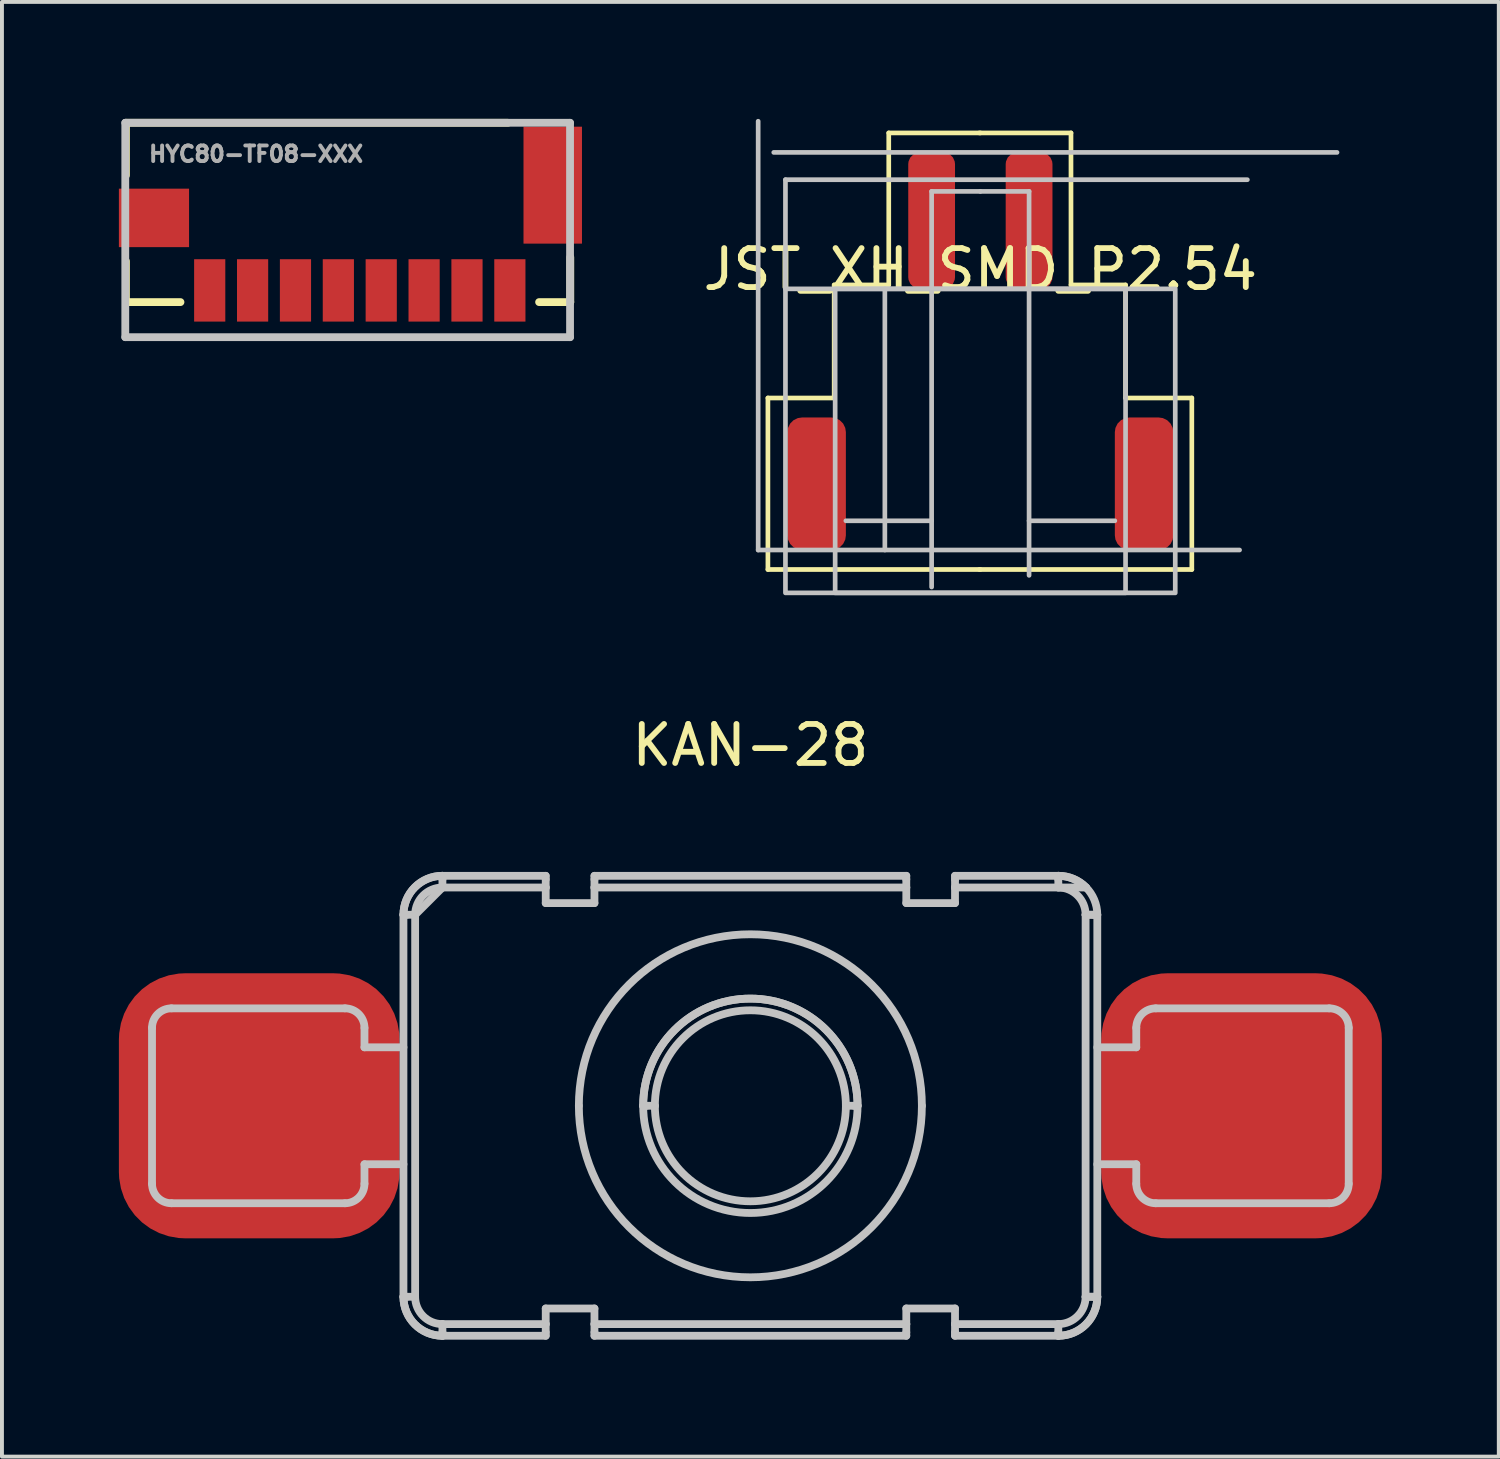
<source format=kicad_pcb>
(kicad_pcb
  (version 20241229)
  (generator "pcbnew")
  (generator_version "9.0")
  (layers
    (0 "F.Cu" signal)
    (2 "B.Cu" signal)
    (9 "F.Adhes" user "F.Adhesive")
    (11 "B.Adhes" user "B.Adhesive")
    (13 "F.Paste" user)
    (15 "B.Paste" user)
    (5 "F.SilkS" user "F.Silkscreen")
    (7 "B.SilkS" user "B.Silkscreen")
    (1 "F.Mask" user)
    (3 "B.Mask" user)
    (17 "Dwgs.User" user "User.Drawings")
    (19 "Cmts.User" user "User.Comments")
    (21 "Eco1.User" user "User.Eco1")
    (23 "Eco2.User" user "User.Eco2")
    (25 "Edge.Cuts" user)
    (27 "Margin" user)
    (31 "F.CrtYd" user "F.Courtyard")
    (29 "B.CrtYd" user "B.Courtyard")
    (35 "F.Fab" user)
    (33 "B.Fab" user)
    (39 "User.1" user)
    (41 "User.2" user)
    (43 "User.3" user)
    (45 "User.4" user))
  (footprint "HYC80-TF08-XXX"
    (layer "F.Cu")
    (at 6.18 5.2)
    (property "Reference" "HYC80-TF08-XXX" (at -5.461 -4.064 0) (unlocked yes) (layer "F.Fab") (effects (font (size 0.4 0.4) (thickness 0.1)) (justify left bottom)))
    (fp_line (start -6 -5.1) (end 3.8 -5.1) (stroke (width 0.2) (type default)) (layer "F.SilkS"))
    (fp_line (start -6 -3.75) (end -6 -5.1) (stroke (width 0.2) (type default)) (layer "F.SilkS"))
    (fp_line (start -6 -0.5) (end -6 -1.55) (stroke (width 0.2) (type default)) (layer "F.SilkS"))
    (fp_line (start -4.6 -0.5) (end -6 -0.5) (stroke (width 0.2) (type default)) (layer "F.SilkS"))
    (fp_line (start 4.6 -0.5) (end 5.4 -0.5) (stroke (width 0.2) (type default)) (layer "F.SilkS"))
    (fp_line (start 5.4 -0.5) (end 5.4 -1.65) (stroke (width 0.2) (type default)) (layer "F.SilkS"))
    (fp_line (start -6.016 -5.1) (end -6.016 0.4) (stroke (width 0.2) (type default)) (layer "Dwgs.User"))
    (fp_line (start -6.016 0.4) (end 5.394 0.4) (stroke (width 0.2) (type default)) (layer "Dwgs.User"))
    (fp_line (start 5.394 -5.1) (end -6.016 -5.1) (stroke (width 0.2) (type default)) (layer "Dwgs.User"))
    (fp_line (start 5.394 0.4) (end 5.394 -5.1) (stroke (width 0.2) (type default)) (layer "Dwgs.User"))
    (pad "1" smd rect (at -3.85 -0.8) (size 0.8 1.6) (layers "F.Cu" "F.Mask" "F.Paste"))
    (pad "2" smd rect (at -2.75 -0.8) (size 0.8 1.6) (layers "F.Cu" "F.Mask" "F.Paste"))
    (pad "3" smd rect (at -1.65 -0.8) (size 0.8 1.6) (layers "F.Cu" "F.Mask" "F.Paste"))
    (pad "4" smd rect (at -0.55 -0.8) (size 0.8 1.6) (layers "F.Cu" "F.Mask" "F.Paste"))
    (pad "5" smd rect (at 0.55 -0.8) (size 0.8 1.6) (layers "F.Cu" "F.Mask" "F.Paste"))
    (pad "6" smd rect (at 1.65 -0.8) (size 0.8 1.6) (layers "F.Cu" "F.Mask" "F.Paste"))
    (pad "7" smd rect (at 2.75 -0.8) (size 0.8 1.6) (layers "F.Cu" "F.Mask" "F.Paste"))
    (pad "8" smd rect (at 3.85 -0.8) (size 0.8 1.6) (layers "F.Cu" "F.Mask" "F.Paste"))
    (pad "9" smd rect (at -5.28 -2.66) (size 1.8 1.5) (layers "F.Cu" "F.Mask" "F.Paste"))
    (pad "10" smd rect (at 4.95 -3.5) (size 1.5 3) (layers "F.Cu" "F.Mask" "F.Paste")))
  (footprint "KAN-28"
    (layer "F.Cu")
    (at 16.2 25.318)
    (property "Reference" "KAN-28" (at 0 -9.25 0) (unlocked yes) (layer "F.SilkS") (effects (font (size 1 1) (thickness 0.15))))
    (attr smd)
    (fp_line (start -15.35 -2) (end -15.35 2) (stroke (width 0.2) (type default)) (layer "Dwgs.User"))
    (fp_line (start -14.85 2.5) (end -10.4 2.5) (stroke (width 0.2) (type default)) (layer "Dwgs.User"))
    (fp_line (start -10.4 -2.5) (end -14.85 -2.5) (stroke (width 0.2) (type default)) (layer "Dwgs.User"))
    (fp_line (start -9.9 -1.5) (end -9.9 -2) (stroke (width 0.2) (type default)) (layer "Dwgs.User"))
    (fp_line (start -9.9 1.5) (end -8.9 1.5) (stroke (width 0.2) (type default)) (layer "Dwgs.User"))
    (fp_line (start -9.9 2) (end -9.9 1.5) (stroke (width 0.2) (type default)) (layer "Dwgs.User"))
    (fp_line (start -8.9 -1.5) (end -9.9 -1.5) (stroke (width 0.2) (type default)) (layer "Dwgs.User"))
    (fp_line (start -8.9 4.9) (end -8.9 -4.9) (stroke (width 0.2) (type default)) (layer "Dwgs.User"))
    (fp_line (start -8.6 -4.9) (end -8.6 4.9) (stroke (width 0.2) (type default)) (layer "Dwgs.User"))
    (fp_line (start -8.6 -4.9) (end -7.9 -5.6) (stroke (width 0.2) (type default)) (layer "Dwgs.User"))
    (fp_line (start -7.9 -5.9) (end -5.25 -5.9) (stroke (width 0.2) (type default)) (layer "Dwgs.User"))
    (fp_line (start -7.9 5.6) (end -5.25 5.6) (stroke (width 0.2) (type default)) (layer "Dwgs.User"))
    (fp_line (start -5.25 -5.6) (end -7.9 -5.6) (stroke (width 0.2) (type default)) (layer "Dwgs.User"))
    (fp_line (start -5.25 -5.2) (end -5.25 -5.6) (stroke (width 0.2) (type default)) (layer "Dwgs.User"))
    (fp_line (start -5.25 5.2) (end -5.25 5.6) (stroke (width 0.2) (type default)) (layer "Dwgs.User"))
    (fp_line (start -5.25 5.9) (end -7.9 5.9) (stroke (width 0.2) (type default)) (layer "Dwgs.User"))
    (fp_line (start -4 -5.9) (end 4 -5.9) (stroke (width 0.2) (type default)) (layer "Dwgs.User"))
    (fp_line (start -4 -5.6) (end -4 -5.2) (stroke (width 0.2) (type default)) (layer "Dwgs.User"))
    (fp_line (start -4 -5.2) (end -5.25 -5.2) (stroke (width 0.2) (type default)) (layer "Dwgs.User"))
    (fp_line (start -4 5.2) (end -5.25 5.2) (stroke (width 0.2) (type default)) (layer "Dwgs.User"))
    (fp_line (start -4 5.6) (end -4 5.2) (stroke (width 0.2) (type default)) (layer "Dwgs.User"))
    (fp_line (start -4 5.6) (end 4 5.6) (stroke (width 0.2) (type default)) (layer "Dwgs.User"))
    (fp_line (start 4 -5.6) (end -4 -5.6) (stroke (width 0.2) (type default)) (layer "Dwgs.User"))
    (fp_line (start 4 -5.2) (end 4 -5.6) (stroke (width 0.2) (type default)) (layer "Dwgs.User"))
    (fp_line (start 4 5.2) (end 4 5.6) (stroke (width 0.2) (type default)) (layer "Dwgs.User"))
    (fp_line (start 4 5.9) (end -4 5.9) (stroke (width 0.2) (type default)) (layer "Dwgs.User"))
    (fp_line (start 5.25 -5.9) (end 7.9 -5.9) (stroke (width 0.2) (type default)) (layer "Dwgs.User"))
    (fp_line (start 5.25 -5.6) (end 5.25 -5.2) (stroke (width 0.2) (type default)) (layer "Dwgs.User"))
    (fp_line (start 5.25 -5.2) (end 4 -5.2) (stroke (width 0.2) (type default)) (layer "Dwgs.User"))
    (fp_line (start 5.25 5.2) (end 4 5.2) (stroke (width 0.2) (type default)) (layer "Dwgs.User"))
    (fp_line (start 5.25 5.6) (end 5.25 5.2) (stroke (width 0.2) (type default)) (layer "Dwgs.User"))
    (fp_line (start 5.25 5.6) (end 7.9 5.6) (stroke (width 0.2) (type default)) (layer "Dwgs.User"))
    (fp_line (start 7.9 5.9) (end 5.25 5.9) (stroke (width 0.2) (type default)) (layer "Dwgs.User"))
    (fp_line (start 8.6 -4.9) (end 8.812 -4.9) (stroke (width 0.2) (type default)) (layer "Dwgs.User"))
    (fp_line (start 8.6 4.9) (end 8.6 -4.9) (stroke (width 0.2) (type default)) (layer "Dwgs.User"))
    (fp_line (start 8.6 4.9) (end 8.812 4.9) (stroke (width 0.2) (type default)) (layer "Dwgs.User"))
    (fp_line (start 8.614 -5.6) (end 5.25 -5.6) (stroke (width 0.2) (type default)) (layer "Dwgs.User"))
    (fp_line (start 8.9 -4.9) (end 8.9 4.9) (stroke (width 0.2) (type default)) (layer "Dwgs.User"))
    (fp_line (start 8.9 -1.5) (end 9.9 -1.5) (stroke (width 0.2) (type default)) (layer "Dwgs.User"))
    (fp_line (start 9.9 -1.5) (end 9.9 -2) (stroke (width 0.2) (type default)) (layer "Dwgs.User"))
    (fp_line (start 9.9 1.5) (end 8.9 1.5) (stroke (width 0.2) (type default)) (layer "Dwgs.User"))
    (fp_line (start 9.9 2) (end 9.9 1.5) (stroke (width 0.2) (type default)) (layer "Dwgs.User"))
    (fp_line (start 10.4 2.5) (end 14.85 2.5) (stroke (width 0.2) (type default)) (layer "Dwgs.User"))
    (fp_line (start 14.85 -2.5) (end 10.4 -2.5) (stroke (width 0.2) (type default)) (layer "Dwgs.User"))
    (fp_line (start 15.35 2) (end 15.35 -2) (stroke (width 0.2) (type default)) (layer "Dwgs.User"))
    (fp_arc (start -15.35 -2) (mid -15.203553 -2.353553) (end -14.85 -2.5) (stroke (width 0.2) (type default)) (layer "Dwgs.User"))
    (fp_arc (start -14.85 2.5) (mid -15.203553 2.353553) (end -15.35 2) (stroke (width 0.2) (type default)) (layer "Dwgs.User"))
    (fp_arc (start -10.4 -2.5) (mid -10.046447 -2.353553) (end -9.9 -2) (stroke (width 0.2) (type default)) (layer "Dwgs.User"))
    (fp_arc (start -9.9 2) (mid -10.046447 2.353553) (end -10.4 2.5) (stroke (width 0.2) (type default)) (layer "Dwgs.User"))
    (fp_arc (start -8.9 -4.9) (mid -8.607107 -5.607107) (end -7.9 -5.9) (stroke (width 0.2) (type default)) (layer "Dwgs.User"))
    (fp_arc (start -8.9 -4.9) (mid -8.607107 -5.607107) (end -7.9 -5.9) (stroke (width 0.2) (type default)) (layer "Dwgs.User"))
    (fp_arc (start -8.6 -4.9) (mid -8.394975 -5.394975) (end -7.9 -5.6) (stroke (width 0.2) (type default)) (layer "Dwgs.User"))
    (fp_arc (start -7.9 5.6) (mid -8.394975 5.394975) (end -8.6 4.9) (stroke (width 0.2) (type default)) (layer "Dwgs.User"))
    (fp_arc (start -7.9 5.9) (mid -8.607107 5.607107) (end -8.9 4.9) (stroke (width 0.2) (type default)) (layer "Dwgs.User"))
    (fp_arc (start -7.9 5.9) (mid -8.607107 5.607107) (end -8.9 4.9) (stroke (width 0.2) (type default)) (layer "Dwgs.User"))
    (fp_arc (start -4.4 0) (mid 0 -4.4) (end 4.4 0) (stroke (width 0.2) (type default)) (layer "Dwgs.User"))
    (fp_arc (start -2.75 0) (mid 0 -2.75) (end 2.75 0) (stroke (width 0.2) (type default)) (layer "Dwgs.User"))
    (fp_arc (start -2.75 0) (mid 0 -2.75) (end 2.75 0) (stroke (width 0.2) (type default)) (layer "Dwgs.User"))
    (fp_arc (start -2.45 0) (mid 0 -2.45) (end 2.45 0) (stroke (width 0.2) (type default)) (layer "Dwgs.User"))
    (fp_arc (start 2.45 0) (mid 0 2.45) (end -2.45 0) (stroke (width 0.2) (type default)) (layer "Dwgs.User"))
    (fp_arc (start 2.75 0) (mid 0 2.75) (end -2.75 0) (stroke (width 0.2) (type default)) (layer "Dwgs.User"))
    (fp_arc (start 4.4 0) (mid 0 4.4) (end -4.4 0) (stroke (width 0.2) (type default)) (layer "Dwgs.User"))
    (fp_arc (start 7.9 -5.9) (mid 8.287308 -5.821975) (end 8.614142 -5.6) (stroke (width 0.2) (type default)) (layer "Dwgs.User"))
    (fp_arc (start 7.9 -5.9) (mid 8.607107 -5.607107) (end 8.9 -4.9) (stroke (width 0.2) (type default)) (layer "Dwgs.User"))
    (fp_arc (start 7.9 -5.6) (mid 8.394975 -5.394975) (end 8.6 -4.9) (stroke (width 0.2) (type default)) (layer "Dwgs.User"))
    (fp_arc (start 8.6 4.9) (mid 8.394975 5.394975) (end 7.9 5.6) (stroke (width 0.2) (type default)) (layer "Dwgs.User"))
    (fp_arc (start 8.9 4.9) (mid 8.607107 5.607107) (end 7.9 5.9) (stroke (width 0.2) (type default)) (layer "Dwgs.User"))
    (fp_arc (start 8.9 4.9) (mid 8.607107 5.607107) (end 7.9 5.9) (stroke (width 0.2) (type default)) (layer "Dwgs.User"))
    (fp_arc (start 9.9 -2) (mid 10.046447 -2.353553) (end 10.4 -2.5) (stroke (width 0.2) (type default)) (layer "Dwgs.User"))
    (fp_arc (start 10.4 2.5) (mid 10.046447 2.353553) (end 9.9 2) (stroke (width 0.2) (type default)) (layer "Dwgs.User"))
    (fp_arc (start 14.85 -2.5) (mid 15.203553 -2.353553) (end 15.35 -2) (stroke (width 0.2) (type default)) (layer "Dwgs.User"))
    (fp_arc (start 15.35 2) (mid 15.203553 2.353553) (end 14.85 2.5) (stroke (width 0.2) (type default)) (layer "Dwgs.User"))
    (fp_curve (pts (xy -8.9 -4.9) (xy -8.898 -4.9) (xy -8.869 -4.9) (xy -8.812 -4.9)) (stroke (width 0.2) (type default)) (layer "Dwgs.User"))
    (fp_curve (pts (xy -8.9 4.9) (xy -8.898 4.9) (xy -8.869 4.9) (xy -8.812 4.9)) (stroke (width 0.2) (type default)) (layer "Dwgs.User"))
    (fp_curve (pts (xy -8.812 -4.9) (xy -8.756 -4.9) (xy -8.679 -4.9) (xy -8.6 -4.9)) (stroke (width 0.2) (type default)) (layer "Dwgs.User"))
    (fp_curve (pts (xy -8.812 4.9) (xy -8.756 4.9) (xy -8.679 4.9) (xy -8.6 4.9)) (stroke (width 0.2) (type default)) (layer "Dwgs.User"))
    (fp_curve (pts (xy -7.9 -5.9) (xy -7.9 -5.899) (xy -7.9 -5.869) (xy -7.9 -5.812)) (stroke (width 0.2) (type default)) (layer "Dwgs.User"))
    (fp_curve (pts (xy -7.9 -5.812) (xy -7.9 -5.757) (xy -7.9 -5.679) (xy -7.9 -5.6)) (stroke (width 0.2) (type default)) (layer "Dwgs.User"))
    (fp_curve (pts (xy -7.9 5.812) (xy -7.9 5.756) (xy -7.9 5.678) (xy -7.9 5.6)) (stroke (width 0.2) (type default)) (layer "Dwgs.User"))
    (fp_curve (pts (xy -7.9 5.9) (xy -7.9 5.898) (xy -7.9 5.869) (xy -7.9 5.812)) (stroke (width 0.2) (type default)) (layer "Dwgs.User"))
    (fp_curve (pts (xy -5.25 -5.9) (xy -5.25 -5.899) (xy -5.25 -5.869) (xy -5.25 -5.812)) (stroke (width 0.2) (type default)) (layer "Dwgs.User"))
    (fp_curve (pts (xy -5.25 -5.812) (xy -5.25 -5.757) (xy -5.25 -5.679) (xy -5.25 -5.6)) (stroke (width 0.2) (type default)) (layer "Dwgs.User"))
    (fp_curve (pts (xy -5.25 5.6) (xy -5.25 5.678) (xy -5.25 5.756) (xy -5.25 5.812)) (stroke (width 0.2) (type default)) (layer "Dwgs.User"))
    (fp_curve (pts (xy -5.25 5.812) (xy -5.25 5.869) (xy -5.25 5.898) (xy -5.25 5.9)) (stroke (width 0.2) (type default)) (layer "Dwgs.User"))
    (fp_curve (pts (xy -4 -5.812) (xy -4 -5.869) (xy -4 -5.899) (xy -4 -5.9)) (stroke (width 0.2) (type default)) (layer "Dwgs.User"))
    (fp_curve (pts (xy -4 -5.6) (xy -4 -5.679) (xy -4 -5.757) (xy -4 -5.812)) (stroke (width 0.2) (type default)) (layer "Dwgs.User"))
    (fp_curve (pts (xy -4 5.812) (xy -4 5.756) (xy -4 5.678) (xy -4 5.6)) (stroke (width 0.2) (type default)) (layer "Dwgs.User"))
    (fp_curve (pts (xy -4 5.9) (xy -4 5.898) (xy -4 5.869) (xy -4 5.812)) (stroke (width 0.2) (type default)) (layer "Dwgs.User"))
    (fp_curve (pts (xy -2.75 0) (xy -2.748 0) (xy -2.719 0) (xy -2.662 0)) (stroke (width 0.2) (type default)) (layer "Dwgs.User"))
    (fp_curve (pts (xy -2.662 0) (xy -2.606 0) (xy -2.529 0) (xy -2.45 0)) (stroke (width 0.2) (type default)) (layer "Dwgs.User"))
    (fp_curve (pts (xy 2.662 0) (xy 2.606 0) (xy 2.529 0) (xy 2.45 0)) (stroke (width 0.2) (type default)) (layer "Dwgs.User"))
    (fp_curve (pts (xy 2.75 0) (xy 2.748 0) (xy 2.719 0) (xy 2.662 0)) (stroke (width 0.2) (type default)) (layer "Dwgs.User"))
    (fp_curve (pts (xy 4 -5.9) (xy 4 -5.899) (xy 4 -5.869) (xy 4 -5.812)) (stroke (width 0.2) (type default)) (layer "Dwgs.User"))
    (fp_curve (pts (xy 4 -5.812) (xy 4 -5.757) (xy 4 -5.679) (xy 4 -5.6)) (stroke (width 0.2) (type default)) (layer "Dwgs.User"))
    (fp_curve (pts (xy 4 5.6) (xy 4 5.678) (xy 4 5.756) (xy 4 5.812)) (stroke (width 0.2) (type default)) (layer "Dwgs.User"))
    (fp_curve (pts (xy 4 5.812) (xy 4 5.869) (xy 4 5.898) (xy 4 5.9)) (stroke (width 0.2) (type default)) (layer "Dwgs.User"))
    (fp_curve (pts (xy 5.25 -5.812) (xy 5.25 -5.869) (xy 5.25 -5.899) (xy 5.25 -5.9)) (stroke (width 0.2) (type default)) (layer "Dwgs.User"))
    (fp_curve (pts (xy 5.25 -5.6) (xy 5.25 -5.679) (xy 5.25 -5.757) (xy 5.25 -5.812)) (stroke (width 0.2) (type default)) (layer "Dwgs.User"))
    (fp_curve (pts (xy 5.25 5.812) (xy 5.25 5.756) (xy 5.25 5.678) (xy 5.25 5.6)) (stroke (width 0.2) (type default)) (layer "Dwgs.User"))
    (fp_curve (pts (xy 5.25 5.9) (xy 5.25 5.898) (xy 5.25 5.869) (xy 5.25 5.812)) (stroke (width 0.2) (type default)) (layer "Dwgs.User"))
    (fp_curve (pts (xy 7.9 -5.9) (xy 7.9 -5.899) (xy 7.9 -5.869) (xy 7.9 -5.812)) (stroke (width 0.2) (type default)) (layer "Dwgs.User"))
    (fp_curve (pts (xy 7.9 -5.812) (xy 7.9 -5.757) (xy 7.9 -5.679) (xy 7.9 -5.6)) (stroke (width 0.2) (type default)) (layer "Dwgs.User"))
    (fp_curve (pts (xy 7.9 5.812) (xy 7.9 5.756) (xy 7.9 5.678) (xy 7.9 5.6)) (stroke (width 0.2) (type default)) (layer "Dwgs.User"))
    (fp_curve (pts (xy 7.9 5.9) (xy 7.9 5.898) (xy 7.9 5.869) (xy 7.9 5.812)) (stroke (width 0.2) (type default)) (layer "Dwgs.User"))
    (fp_curve (pts (xy 8.812 -4.9) (xy 8.756 -4.9) (xy 8.679 -4.9) (xy 8.6 -4.9)) (stroke (width 0.2) (type default)) (layer "Dwgs.User"))
    (fp_curve (pts (xy 8.812 4.9) (xy 8.756 4.9) (xy 8.679 4.9) (xy 8.6 4.9)) (stroke (width 0.2) (type default)) (layer "Dwgs.User"))
    (fp_curve (pts (xy 8.9 -4.9) (xy 8.898 -4.9) (xy 8.869 -4.9) (xy 8.812 -4.9)) (stroke (width 0.2) (type default)) (layer "Dwgs.User"))
    (fp_curve (pts (xy 8.9 4.9) (xy 8.898 4.9) (xy 8.869 4.9) (xy 8.812 4.9)) (stroke (width 0.2) (type default)) (layer "Dwgs.User"))
    (pad "1" smd roundrect (at -12.6 0.000227) (size 7.2 6.8) (layers "F.Cu" "F.Mask" "F.Paste") (roundrect_rratio 0.25))
    (pad "1" smd roundrect (at 12.6 0.000227) (size 7.2 6.8) (layers "F.Cu" "F.Mask" "F.Paste") (roundrect_rratio 0.25)))
  (footprint "JST_XH_SMD_P2.54"
    (layer "F.Cu")
    (at 22.1 4.36)
    (property "Reference" "JST_XH_SMD_P2.54" (at 0 -0.5 0) (unlocked yes) (layer "F.SilkS") (effects (font (size 1 1) (thickness 0.15))))
    (attr smd)
    (fp_line (start -5.45 2.8) (end -3.75 2.8) (stroke (width 0.12) (type default)) (layer "F.SilkS"))
    (fp_line (start -5.45 7.2) (end -5.45 2.8) (stroke (width 0.12) (type default)) (layer "F.SilkS"))
    (fp_line (start -3.75 -0.1) (end -2.35 -0.1) (stroke (width 0.12) (type default)) (layer "F.SilkS"))
    (fp_line (start -3.75 2.8) (end -3.75 -0.1) (stroke (width 0.12) (type default)) (layer "F.SilkS"))
    (fp_line (start -2.35 -0.1) (end -2.35 -4) (stroke (width 0.12) (type default)) (layer "F.SilkS"))
    (fp_line (start -0.025 -4) (end 2.325 -4) (stroke (width 0.12) (type default)) (layer "F.SilkS"))
    (fp_line (start -0.025 7.2) (end 5.425 7.2) (stroke (width 0.12) (type default)) (layer "F.SilkS"))
    (fp_line (start 0 -4) (end -2.35 -4) (stroke (width 0.12) (type default)) (layer "F.SilkS"))
    (fp_line (start 0 7.2) (end -5.45 7.2) (stroke (width 0.12) (type default)) (layer "F.SilkS"))
    (fp_line (start 2.325 -0.1) (end 2.325 -4) (stroke (width 0.12) (type default)) (layer "F.SilkS"))
    (fp_line (start 3.725 -0.1) (end 2.325 -0.1) (stroke (width 0.12) (type default)) (layer "F.SilkS"))
    (fp_line (start 3.725 2.8) (end 3.725 -0.1) (stroke (width 0.12) (type default)) (layer "F.SilkS"))
    (fp_line (start 5.425 2.8) (end 3.725 2.8) (stroke (width 0.12) (type default)) (layer "F.SilkS"))
    (fp_line (start 5.425 7.2) (end 5.425 2.8) (stroke (width 0.12) (type default)) (layer "F.SilkS"))
    (fp_line (start -5.7 6.7) (end -5.7 -4.3) (stroke (width 0.12) (type default)) (layer "Dwgs.User"))
    (fp_line (start -5.3 -3.5) (end 9.15 -3.5) (stroke (width 0.12) (type default)) (layer "Dwgs.User"))
    (fp_line (start -5 -2.8) (end 6.85 -2.8) (stroke (width 0.12) (type default)) (layer "Dwgs.User"))
    (fp_line (start -5 0) (end -5 -2.8) (stroke (width 0.12) (type default)) (layer "Dwgs.User"))
    (fp_line (start -2.45 0) (end -2.45 6.7) (stroke (width 0.12) (type default)) (layer "Dwgs.User"))
    (fp_line (start -1.25 -2.5) (end -1.25 7.65) (stroke (width 0.12) (type default)) (layer "Dwgs.User"))
    (fp_line (start -1.25 5.95) (end -3.45 5.95) (stroke (width 0.12) (type default)) (layer "Dwgs.User"))
    (fp_line (start 0 -2.5) (end -1.25 -2.5) (stroke (width 0.12) (type default)) (layer "Dwgs.User"))
    (fp_line (start 1.25 -2.5) (end 0 -2.5) (stroke (width 0.12) (type default)) (layer "Dwgs.User"))
    (fp_line (start 1.25 -2.5) (end 1.25 7.35) (stroke (width 0.12) (type default)) (layer "Dwgs.User"))
    (fp_line (start 1.25 5.95) (end 3.45 5.95) (stroke (width 0.12) (type default)) (layer "Dwgs.User"))
    (fp_line (start 6.65 6.7) (end -5.7 6.7) (stroke (width 0.12) (type default)) (layer "Dwgs.User"))
    (fp_rect (start -5 0) (end 5 7.8) (stroke (width 0.12) (type default)) (fill no) (layer "Dwgs.User"))
    (fp_rect (start -3.725 0) (end 3.725 7.8) (stroke (width 0.12) (type default)) (fill no) (layer "Dwgs.User"))
    (pad "1" smd roundrect (at -1.25 -1.75) (size 1.2 3.5) (layers "F.Cu" "F.Mask" "F.Paste") (roundrect_rratio 0.25))
    (pad "2" smd roundrect (at 1.25 -1.75) (size 1.2 3.5) (layers "F.Cu" "F.Mask" "F.Paste") (roundrect_rratio 0.25))
    (pad "PM" smd roundrect (at -4.2 5) (size 1.5 3.4) (layers "F.Cu" "F.Mask" "F.Paste") (roundrect_rratio 0.25))
    (pad "PM" smd roundrect (at 4.2 5) (size 1.5 3.4) (layers "F.Cu" "F.Mask" "F.Paste") (roundrect_rratio 0.25)))
  (gr_rect
    (start -3 -3)
    (end 35.4 34.318)
    (stroke (width 0.1) (type default))
    (fill no)
    (layer "Edge.Cuts")))
</source>
